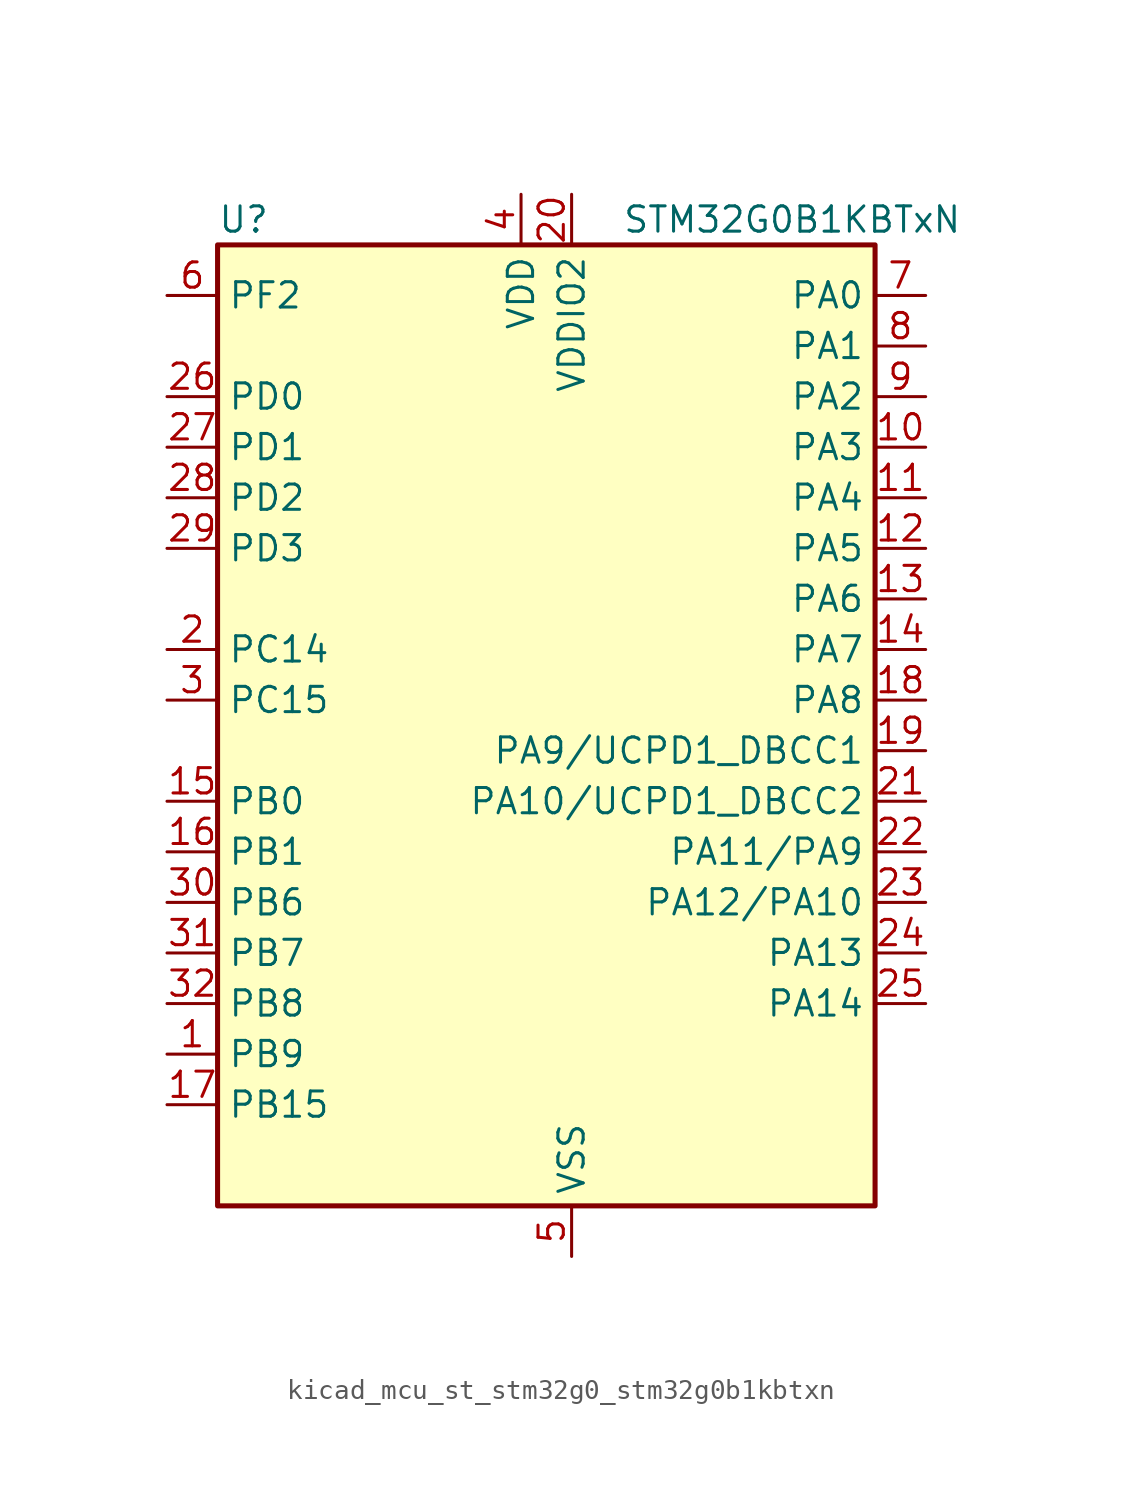
<source format=kicad_sym>
(kicad_symbol_lib
  (version 20220914)
  (generator kicad_symbol_editor)
  (symbol "kicad_mcu_st_stm32g0_stm32g0b1kbtxn"
    (property "Reference" "U"
      (at -15.24 26.67 0)
      (effects (font (size 1.27 1.27)) (justify left)))
    (property "Value" "STM32G0B1KBTxN"
      (at 5.08 26.67 0)
      (effects (font (size 1.27 1.27)) (justify left)))
    (property "ki_locked" ""
      (at 0 0 0)
      (effects (font (size 1.27 1.27))))
    (symbol "kicad_mcu_st_stm32g0_stm32g0b1kbtxn_0_1"
      (rectangle (start -15.24 -22.86) (end 17.78 25.4) (stroke (width 0.254) (type default)) (fill (type background))))
    (symbol "kicad_mcu_st_stm32g0_stm32g0b1kbtxn_1_1"
      (pin bidirectional line (at -17.78 -15.24 0) (length 2.54) (name "PB9" (effects (font (size 1.27 1.27)))) (number "1" (effects (font (size 1.27 1.27)))) (alternate "DAC1_EXTI9" bidirectional line) (alternate "FDCAN1_TX" bidirectional line) (alternate "I2C1_SDA" bidirectional line) (alternate "I2S2_WS" bidirectional line) (alternate "IR_OUT" bidirectional line) (alternate "SPI2_NSS" bidirectional line) (alternate "TIM17_CH1" bidirectional line) (alternate "TIM4_CH4" bidirectional line) (alternate "UCPD2_FRSTX1" bidirectional line) (alternate "UCPD2_FRSTX2" bidirectional line) (alternate "USART3_RX" bidirectional line) (alternate "USART6_RX" bidirectional line))
      (pin bidirectional line (at 20.32 15.24 180) (length 2.54) (name "PA3" (effects (font (size 1.27 1.27)))) (number "10" (effects (font (size 1.27 1.27)))) (alternate "ADC1_IN3" bidirectional line) (alternate "COMP2_INP" bidirectional line) (alternate "I2S2_MCK" bidirectional line) (alternate "LPUART1_RX" bidirectional line) (alternate "SPI2_MISO" bidirectional line) (alternate "TIM15_CH2" bidirectional line) (alternate "TIM2_CH4" bidirectional line) (alternate "UCPD2_FRSTX1" bidirectional line) (alternate "UCPD2_FRSTX2" bidirectional line) (alternate "USART2_RX" bidirectional line))
      (pin bidirectional line (at 20.32 12.7 180) (length 2.54) (name "PA4" (effects (font (size 1.27 1.27)))) (number "11" (effects (font (size 1.27 1.27)))) (alternate "ADC1_IN4" bidirectional line) (alternate "DAC1_OUT1" bidirectional line) (alternate "I2S1_WS" bidirectional line) (alternate "I2S2_SD" bidirectional line) (alternate "LPTIM2_OUT" bidirectional line) (alternate "RTC_OUT1" bidirectional line) (alternate "RTC_TAMP_IN1" bidirectional line) (alternate "RTC_TS" bidirectional line) (alternate "SPI1_NSS" bidirectional line) (alternate "SPI2_MOSI" bidirectional line) (alternate "SYS_WKUP2" bidirectional line) (alternate "TIM14_CH1" bidirectional line) (alternate "UCPD2_FRSTX1" bidirectional line) (alternate "UCPD2_FRSTX2" bidirectional line) (alternate "USART6_TX" bidirectional line) (alternate "USB_NOE" bidirectional line))
      (pin bidirectional line (at 20.32 10.16 180) (length 2.54) (name "PA5" (effects (font (size 1.27 1.27)))) (number "12" (effects (font (size 1.27 1.27)))) (alternate "ADC1_IN5" bidirectional line) (alternate "CEC" bidirectional line) (alternate "DAC1_OUT2" bidirectional line) (alternate "I2S1_CK" bidirectional line) (alternate "LPTIM2_ETR" bidirectional line) (alternate "SPI1_SCK" bidirectional line) (alternate "TIM2_CH1" bidirectional line) (alternate "TIM2_ETR" bidirectional line) (alternate "UCPD1_FRSTX1" bidirectional line) (alternate "UCPD1_FRSTX2" bidirectional line) (alternate "USART3_TX" bidirectional line) (alternate "USART6_RX" bidirectional line))
      (pin bidirectional line (at 20.32 7.62 180) (length 2.54) (name "PA6" (effects (font (size 1.27 1.27)))) (number "13" (effects (font (size 1.27 1.27)))) (alternate "ADC1_IN6" bidirectional line) (alternate "COMP1_OUT" bidirectional line) (alternate "I2C2_SDA" bidirectional line) (alternate "I2C3_SDA" bidirectional line) (alternate "I2S1_MCK" bidirectional line) (alternate "LPUART1_CTS" bidirectional line) (alternate "SPI1_MISO" bidirectional line) (alternate "TIM16_CH1" bidirectional line) (alternate "TIM1_BK" bidirectional line) (alternate "TIM3_CH1" bidirectional line) (alternate "USART3_CTS" bidirectional line) (alternate "USART3_NSS" bidirectional line) (alternate "USART6_CTS" bidirectional line) (alternate "USART6_NSS" bidirectional line))
      (pin bidirectional line (at 20.32 5.08 180) (length 2.54) (name "PA7" (effects (font (size 1.27 1.27)))) (number "14" (effects (font (size 1.27 1.27)))) (alternate "ADC1_IN7" bidirectional line) (alternate "COMP2_OUT" bidirectional line) (alternate "I2C2_SCL" bidirectional line) (alternate "I2C3_SCL" bidirectional line) (alternate "I2S1_SD" bidirectional line) (alternate "SPI1_MOSI" bidirectional line) (alternate "TIM14_CH1" bidirectional line) (alternate "TIM17_CH1" bidirectional line) (alternate "TIM1_CH1N" bidirectional line) (alternate "TIM3_CH2" bidirectional line) (alternate "UCPD1_FRSTX1" bidirectional line) (alternate "UCPD1_FRSTX2" bidirectional line) (alternate "USART6_CK" bidirectional line) (alternate "USART6_DE" bidirectional line) (alternate "USART6_RTS" bidirectional line))
      (pin bidirectional line (at -17.78 -2.54 0) (length 2.54) (name "PB0" (effects (font (size 1.27 1.27)))) (number "15" (effects (font (size 1.27 1.27)))) (alternate "ADC1_IN8" bidirectional line) (alternate "COMP1_OUT" bidirectional line) (alternate "COMP3_INP" bidirectional line) (alternate "FDCAN2_RX" bidirectional line) (alternate "I2S1_WS" bidirectional line) (alternate "LPTIM1_OUT" bidirectional line) (alternate "LPUART2_CTS" bidirectional line) (alternate "SPI1_NSS" bidirectional line) (alternate "TIM1_CH2N" bidirectional line) (alternate "TIM3_CH3" bidirectional line) (alternate "UCPD1_FRSTX1" bidirectional line) (alternate "UCPD1_FRSTX2" bidirectional line) (alternate "USART3_RX" bidirectional line) (alternate "USART5_TX" bidirectional line))
      (pin bidirectional line (at -17.78 -5.08 0) (length 2.54) (name "PB1" (effects (font (size 1.27 1.27)))) (number "16" (effects (font (size 1.27 1.27)))) (alternate "ADC1_IN9" bidirectional line) (alternate "COMP1_INM" bidirectional line) (alternate "COMP3_OUT" bidirectional line) (alternate "FDCAN2_TX" bidirectional line) (alternate "LPTIM2_IN1" bidirectional line) (alternate "LPUART1_DE" bidirectional line) (alternate "LPUART1_RTS" bidirectional line) (alternate "LPUART2_DE" bidirectional line) (alternate "LPUART2_RTS" bidirectional line) (alternate "TIM14_CH1" bidirectional line) (alternate "TIM1_CH3N" bidirectional line) (alternate "TIM3_CH4" bidirectional line) (alternate "USART3_CK" bidirectional line) (alternate "USART3_DE" bidirectional line) (alternate "USART3_RTS" bidirectional line) (alternate "USART5_RX" bidirectional line))
      (pin bidirectional line (at -17.78 -17.78 0) (length 2.54) (name "PB15" (effects (font (size 1.27 1.27)))) (number "17" (effects (font (size 1.27 1.27)))) (alternate "I2S2_SD" bidirectional line) (alternate "RTC_REFIN" bidirectional line) (alternate "SPI2_MOSI" bidirectional line) (alternate "TIM15_CH1N" bidirectional line) (alternate "TIM15_CH2" bidirectional line) (alternate "TIM1_CH3N" bidirectional line) (alternate "UCPD1_CC2" bidirectional line) (alternate "USART6_CTS" bidirectional line) (alternate "USART6_NSS" bidirectional line))
      (pin bidirectional line (at 20.32 2.54 180) (length 2.54) (name "PA8" (effects (font (size 1.27 1.27)))) (number "18" (effects (font (size 1.27 1.27)))) (alternate "CRS1_SYNC" bidirectional line) (alternate "I2C2_SMBA" bidirectional line) (alternate "I2S2_WS" bidirectional line) (alternate "LPTIM2_OUT" bidirectional line) (alternate "RCC_MCO" bidirectional line) (alternate "SPI2_NSS" bidirectional line) (alternate "TIM1_CH1" bidirectional line) (alternate "UCPD1_CC1" bidirectional line))
      (pin bidirectional line (at 20.32 0 180) (length 2.54) (name "PA9/UCPD1_DBCC1" (effects (font (size 1.27 1.27)))) (number "19" (effects (font (size 1.27 1.27)))) (alternate "DAC1_EXTI9" bidirectional line) (alternate "I2C1_SCL" bidirectional line) (alternate "I2C2_SCL" bidirectional line) (alternate "I2S2_MCK" bidirectional line) (alternate "RCC_MCO" bidirectional line) (alternate "SPI2_MISO" bidirectional line) (alternate "TIM15_BK" bidirectional line) (alternate "TIM1_CH2" bidirectional line) (alternate "UCPD1_DBCC1" bidirectional line) (alternate "USART1_TX" bidirectional line))
      (pin bidirectional line (at -17.78 5.08 0) (length 2.54) (name "PC14" (effects (font (size 1.27 1.27)))) (number "2" (effects (font (size 1.27 1.27)))) (alternate "RCC_OSC32_IN" bidirectional line) (alternate "RCC_OSC_IN" bidirectional line) (alternate "TIM1_BK2" bidirectional line))
      (pin power_in line (at 2.54 27.94 270) (length 2.54) (name "VDDIO2" (effects (font (size 1.27 1.27)))) (number "20" (effects (font (size 1.27 1.27)))))
      (pin bidirectional line (at 20.32 -2.54 180) (length 2.54) (name "PA10/UCPD1_DBCC2" (effects (font (size 1.27 1.27)))) (number "21" (effects (font (size 1.27 1.27)))) (alternate "I2C1_SDA" bidirectional line) (alternate "I2C2_SDA" bidirectional line) (alternate "I2S2_SD" bidirectional line) (alternate "RCC_MCO_2" bidirectional line) (alternate "SPI2_MOSI" bidirectional line) (alternate "TIM17_BK" bidirectional line) (alternate "TIM1_CH3" bidirectional line) (alternate "UCPD1_DBCC2" bidirectional line) (alternate "USART1_RX" bidirectional line))
      (pin bidirectional line (at 20.32 -5.08 180) (length 2.54) (name "PA11/PA9" (effects (font (size 1.27 1.27)))) (number "22" (effects (font (size 1.27 1.27)))) (alternate "ADC1_EXTI11" bidirectional line) (alternate "COMP1_OUT" bidirectional line) (alternate "FDCAN1_RX" bidirectional line) (alternate "I2C2_SCL" bidirectional line) (alternate "I2S1_MCK" bidirectional line) (alternate "SPI1_MISO" bidirectional line) (alternate "TIM1_BK2" bidirectional line) (alternate "TIM1_CH4" bidirectional line) (alternate "USART1_CTS" bidirectional line) (alternate "USART1_NSS" bidirectional line) (alternate "USB_DM" bidirectional line))
      (pin bidirectional line (at 20.32 -7.62 180) (length 2.54) (name "PA12/PA10" (effects (font (size 1.27 1.27)))) (number "23" (effects (font (size 1.27 1.27)))) (alternate "COMP2_OUT" bidirectional line) (alternate "FDCAN1_TX" bidirectional line) (alternate "I2C2_SDA" bidirectional line) (alternate "I2S1_SD" bidirectional line) (alternate "I2S_CKIN" bidirectional line) (alternate "SPI1_MOSI" bidirectional line) (alternate "TIM1_ETR" bidirectional line) (alternate "USART1_CK" bidirectional line) (alternate "USART1_DE" bidirectional line) (alternate "USART1_RTS" bidirectional line) (alternate "USB_DP" bidirectional line))
      (pin bidirectional line (at 20.32 -10.16 180) (length 2.54) (name "PA13" (effects (font (size 1.27 1.27)))) (number "24" (effects (font (size 1.27 1.27)))) (alternate "IR_OUT" bidirectional line) (alternate "LPUART2_RX" bidirectional line) (alternate "SYS_SWDIO" bidirectional line) (alternate "USB_NOE" bidirectional line))
      (pin bidirectional line (at 20.32 -12.7 180) (length 2.54) (name "PA14" (effects (font (size 1.27 1.27)))) (number "25" (effects (font (size 1.27 1.27)))) (alternate "LPUART2_TX" bidirectional line) (alternate "SYS_SWCLK" bidirectional line) (alternate "USART2_TX" bidirectional line))
      (pin bidirectional line (at -17.78 17.78 0) (length 2.54) (name "PD0" (effects (font (size 1.27 1.27)))) (number "26" (effects (font (size 1.27 1.27)))) (alternate "FDCAN1_RX" bidirectional line) (alternate "I2S2_WS" bidirectional line) (alternate "SPI2_NSS" bidirectional line) (alternate "TIM16_CH1" bidirectional line) (alternate "UCPD2_CC1" bidirectional line))
      (pin bidirectional line (at -17.78 15.24 0) (length 2.54) (name "PD1" (effects (font (size 1.27 1.27)))) (number "27" (effects (font (size 1.27 1.27)))) (alternate "FDCAN1_TX" bidirectional line) (alternate "I2S2_CK" bidirectional line) (alternate "SPI2_SCK" bidirectional line) (alternate "TIM17_CH1" bidirectional line) (alternate "UCPD2_DBCC1" bidirectional line))
      (pin bidirectional line (at -17.78 12.7 0) (length 2.54) (name "PD2" (effects (font (size 1.27 1.27)))) (number "28" (effects (font (size 1.27 1.27)))) (alternate "TIM1_CH1N" bidirectional line) (alternate "TIM3_ETR" bidirectional line) (alternate "UCPD2_CC2" bidirectional line) (alternate "USART3_CK" bidirectional line) (alternate "USART3_DE" bidirectional line) (alternate "USART3_RTS" bidirectional line) (alternate "USART5_RX" bidirectional line))
      (pin bidirectional line (at -17.78 10.16 0) (length 2.54) (name "PD3" (effects (font (size 1.27 1.27)))) (number "29" (effects (font (size 1.27 1.27)))) (alternate "I2S2_MCK" bidirectional line) (alternate "SPI2_MISO" bidirectional line) (alternate "TIM1_CH2N" bidirectional line) (alternate "UCPD2_DBCC2" bidirectional line) (alternate "USART2_CTS" bidirectional line) (alternate "USART2_NSS" bidirectional line) (alternate "USART5_TX" bidirectional line))
      (pin bidirectional line (at -17.78 2.54 0) (length 2.54) (name "PC15" (effects (font (size 1.27 1.27)))) (number "3" (effects (font (size 1.27 1.27)))) (alternate "RCC_OSC32_EN" bidirectional line) (alternate "RCC_OSC32_OUT" bidirectional line) (alternate "RCC_OSC_EN" bidirectional line) (alternate "TIM15_BK" bidirectional line))
      (pin bidirectional line (at -17.78 -7.62 0) (length 2.54) (name "PB6" (effects (font (size 1.27 1.27)))) (number "30" (effects (font (size 1.27 1.27)))) (alternate "COMP2_INP" bidirectional line) (alternate "FDCAN2_TX" bidirectional line) (alternate "I2C1_SCL" bidirectional line) (alternate "I2S2_MCK" bidirectional line) (alternate "LPTIM1_ETR" bidirectional line) (alternate "LPUART2_TX" bidirectional line) (alternate "SPI2_MISO" bidirectional line) (alternate "TIM16_CH1N" bidirectional line) (alternate "TIM1_CH3" bidirectional line) (alternate "TIM4_CH1" bidirectional line) (alternate "USART1_TX" bidirectional line) (alternate "USART5_CTS" bidirectional line) (alternate "USART5_NSS" bidirectional line))
      (pin bidirectional line (at -17.78 -10.16 0) (length 2.54) (name "PB7" (effects (font (size 1.27 1.27)))) (number "31" (effects (font (size 1.27 1.27)))) (alternate "COMP2_INM" bidirectional line) (alternate "I2C1_SDA" bidirectional line) (alternate "I2S2_SD" bidirectional line) (alternate "LPTIM1_IN2" bidirectional line) (alternate "LPUART2_RX" bidirectional line) (alternate "SPI2_MOSI" bidirectional line) (alternate "SYS_PVD_IN" bidirectional line) (alternate "TIM17_CH1N" bidirectional line) (alternate "TIM4_CH2" bidirectional line) (alternate "USART1_RX" bidirectional line) (alternate "USART4_CTS" bidirectional line) (alternate "USART4_NSS" bidirectional line))
      (pin bidirectional line (at -17.78 -12.7 0) (length 2.54) (name "PB8" (effects (font (size 1.27 1.27)))) (number "32" (effects (font (size 1.27 1.27)))) (alternate "CEC" bidirectional line) (alternate "FDCAN1_RX" bidirectional line) (alternate "I2C1_SCL" bidirectional line) (alternate "I2S2_CK" bidirectional line) (alternate "SPI2_SCK" bidirectional line) (alternate "TIM15_BK" bidirectional line) (alternate "TIM16_CH1" bidirectional line) (alternate "TIM4_CH3" bidirectional line) (alternate "USART3_TX" bidirectional line) (alternate "USART6_TX" bidirectional line))
      (pin power_in line (at 0 27.94 270) (length 2.54) (name "VDD" (effects (font (size 1.27 1.27)))) (number "4" (effects (font (size 1.27 1.27)))))
      (pin power_in line (at 2.54 -25.4 90) (length 2.54) (name "VSS" (effects (font (size 1.27 1.27)))) (number "5" (effects (font (size 1.27 1.27)))))
      (pin bidirectional line (at -17.78 22.86 0) (length 2.54) (name "PF2" (effects (font (size 1.27 1.27)))) (number "6" (effects (font (size 1.27 1.27)))) (alternate "LPUART2_DE" bidirectional line) (alternate "LPUART2_RTS" bidirectional line) (alternate "LPUART2_TX" bidirectional line) (alternate "RCC_MCO" bidirectional line))
      (pin bidirectional line (at 20.32 22.86 180) (length 2.54) (name "PA0" (effects (font (size 1.27 1.27)))) (number "7" (effects (font (size 1.27 1.27)))) (alternate "ADC1_IN0" bidirectional line) (alternate "COMP1_INM" bidirectional line) (alternate "COMP1_OUT" bidirectional line) (alternate "I2S2_CK" bidirectional line) (alternate "LPTIM1_OUT" bidirectional line) (alternate "RTC_TAMP_IN2" bidirectional line) (alternate "SPI2_SCK" bidirectional line) (alternate "SYS_WKUP1" bidirectional line) (alternate "TIM2_CH1" bidirectional line) (alternate "TIM2_ETR" bidirectional line) (alternate "UCPD2_FRSTX1" bidirectional line) (alternate "UCPD2_FRSTX2" bidirectional line) (alternate "USART2_CTS" bidirectional line) (alternate "USART2_NSS" bidirectional line) (alternate "USART4_TX" bidirectional line))
      (pin bidirectional line (at 20.32 20.32 180) (length 2.54) (name "PA1" (effects (font (size 1.27 1.27)))) (number "8" (effects (font (size 1.27 1.27)))) (alternate "ADC1_IN1" bidirectional line) (alternate "COMP1_INP" bidirectional line) (alternate "I2C1_SMBA" bidirectional line) (alternate "I2S1_CK" bidirectional line) (alternate "SPI1_SCK" bidirectional line) (alternate "TIM15_CH1N" bidirectional line) (alternate "TIM2_CH2" bidirectional line) (alternate "USART2_CK" bidirectional line) (alternate "USART2_DE" bidirectional line) (alternate "USART2_RTS" bidirectional line) (alternate "USART4_RX" bidirectional line))
      (pin bidirectional line (at 20.32 17.78 180) (length 2.54) (name "PA2" (effects (font (size 1.27 1.27)))) (number "9" (effects (font (size 1.27 1.27)))) (alternate "ADC1_IN2" bidirectional line) (alternate "COMP2_INM" bidirectional line) (alternate "COMP2_OUT" bidirectional line) (alternate "I2S1_SD" bidirectional line) (alternate "LPUART1_TX" bidirectional line) (alternate "RCC_LSCO" bidirectional line) (alternate "SPI1_MOSI" bidirectional line) (alternate "SYS_WKUP4" bidirectional line) (alternate "TIM15_CH1" bidirectional line) (alternate "TIM2_CH3" bidirectional line) (alternate "UCPD1_FRSTX1" bidirectional line) (alternate "UCPD1_FRSTX2" bidirectional line) (alternate "USART2_TX" bidirectional line)))))
</source>
